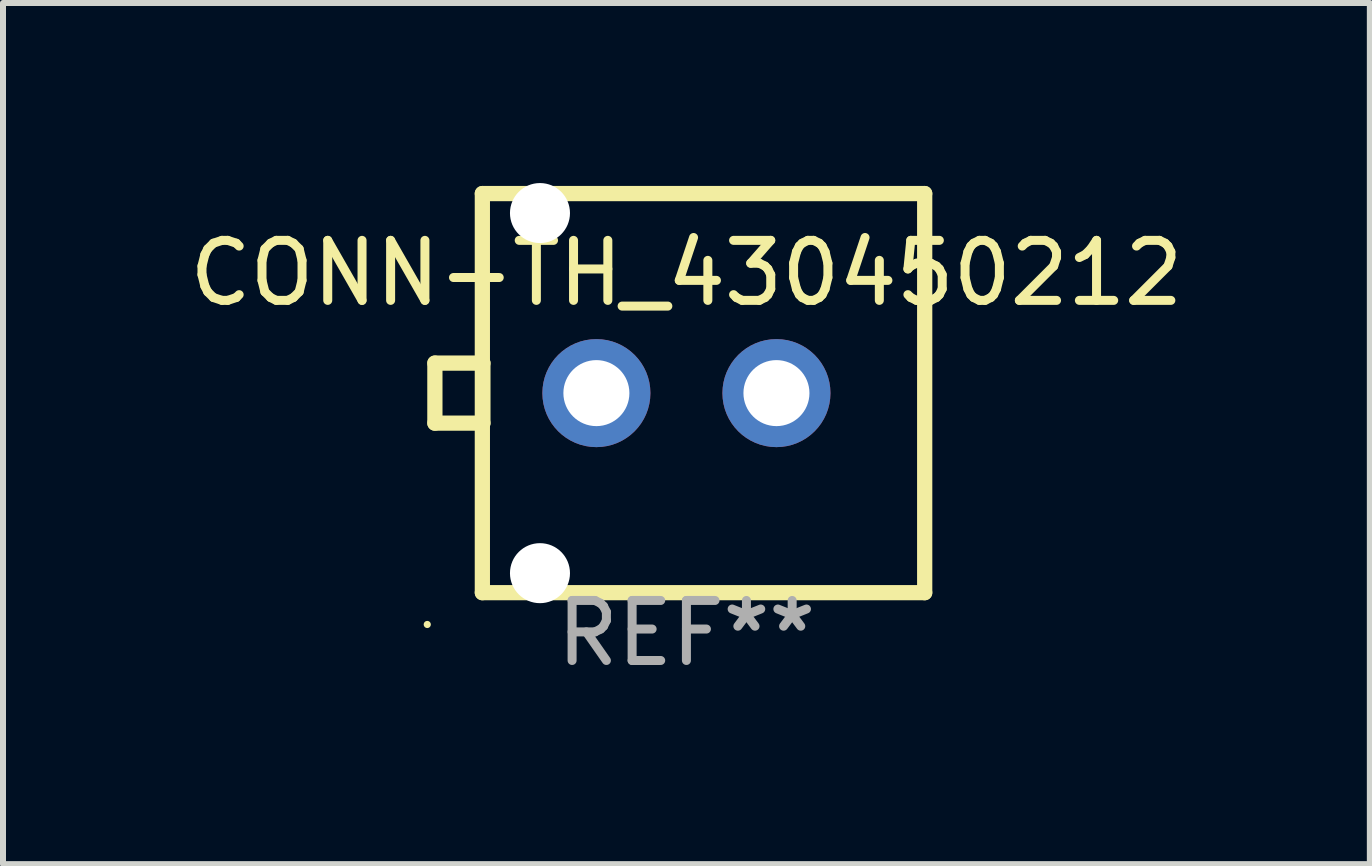
<source format=kicad_pcb>
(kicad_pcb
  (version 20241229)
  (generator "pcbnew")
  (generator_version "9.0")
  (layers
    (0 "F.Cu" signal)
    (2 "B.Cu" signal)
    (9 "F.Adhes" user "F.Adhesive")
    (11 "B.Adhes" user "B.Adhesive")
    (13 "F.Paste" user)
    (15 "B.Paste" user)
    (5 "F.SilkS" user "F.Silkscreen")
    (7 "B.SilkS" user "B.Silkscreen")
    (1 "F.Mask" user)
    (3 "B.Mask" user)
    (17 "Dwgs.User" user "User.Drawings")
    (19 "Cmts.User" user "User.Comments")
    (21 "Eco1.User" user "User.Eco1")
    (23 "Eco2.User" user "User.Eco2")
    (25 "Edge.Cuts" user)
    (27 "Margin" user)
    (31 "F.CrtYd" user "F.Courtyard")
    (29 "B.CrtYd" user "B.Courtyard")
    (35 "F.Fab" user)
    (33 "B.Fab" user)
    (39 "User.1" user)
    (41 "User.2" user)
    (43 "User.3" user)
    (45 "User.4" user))
  (footprint "CONN-TH_430450212"
    (layer "F.Cu")
    (at 8.387 3.5)
    (property "Reference" "CONN-TH_430450212" (at 0 -2 0) (layer "F.SilkS") (effects (font (size 1 1) (thickness 0.15))))
    (attr through_hole)
    (fp_line (start -4.191 -0.5) (end -4.191 0.5) (stroke (width 0.254) (type solid)) (layer "F.SilkS"))
    (fp_line (start -4.191 0.5) (end -3.391 0.5) (stroke (width 0.254) (type solid)) (layer "F.SilkS"))
    (fp_line (start -3.4 -3.325) (end -3.4 3.325) (stroke (width 0.254) (type solid)) (layer "F.SilkS"))
    (fp_line (start -3.4 3.325) (end 3.97 3.325) (stroke (width 0.254) (type solid)) (layer "F.SilkS"))
    (fp_line (start -3.391 -0.5) (end -4.191 -0.5) (stroke (width 0.254) (type solid)) (layer "F.SilkS"))
    (fp_line (start -3.391 0.5) (end -3.391 -0.5) (stroke (width 0.254) (type solid)) (layer "F.SilkS"))
    (fp_line (start 3.97 -3.325) (end -3.4 -3.325) (stroke (width 0.254) (type solid)) (layer "F.SilkS"))
    (fp_line (start 3.97 3.325) (end 3.97 -3.325) (stroke (width 0.254) (type solid)) (layer "F.SilkS"))
    (fp_circle (center -4.318 3.855) (end -4.288 3.855) (stroke (width 0.06) (type solid)) (fill no) (layer "F.SilkS"))
    (fp_text user "REF**" (at 0 4 0) (layer "F.Fab") (effects (font (size 1 1) (thickness 0.15))))
    (pad "" np_thru_hole circle (at -2.44 -3) (size 1 1) (drill 1) (layers "*.Cu" "*.Mask"))
    (pad "" np_thru_hole circle (at -2.44 3) (size 1 1) (drill 1) (layers "*.Cu" "*.Mask"))
    (pad "1" thru_hole circle (at 1.5 0) (size 1.8 1.8) (drill 1.1) (layers "*.Cu" "*.Mask"))
    (pad "2" thru_hole circle (at -1.5 0) (size 1.8 1.8) (drill 1.1) (layers "*.Cu" "*.Mask")))
  (gr_rect
    (start -3 -3)
    (end 19.774 11.348)
    (stroke (width 0.1) (type default))
    (fill no)
    (layer "Edge.Cuts")))
</source>
